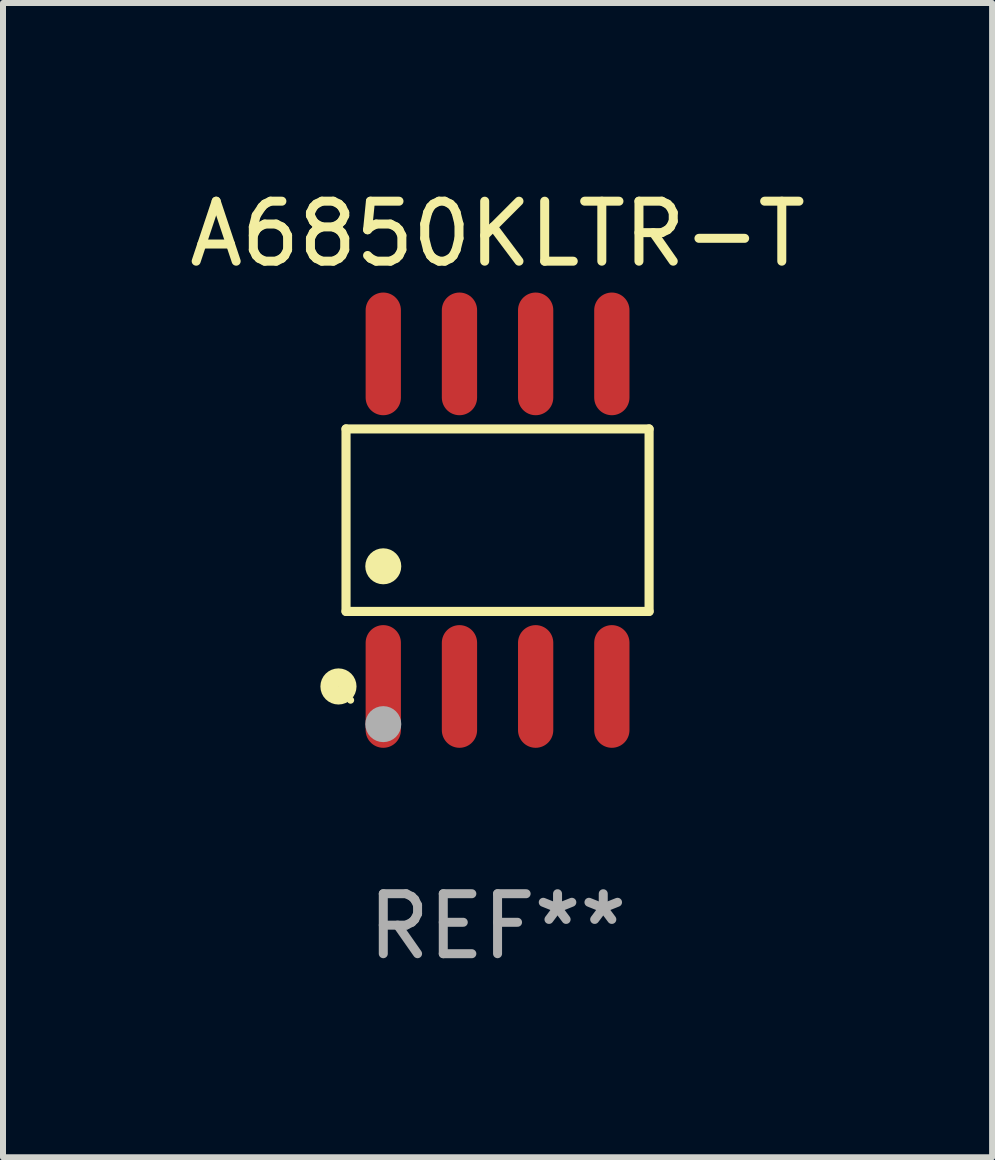
<source format=kicad_pcb>
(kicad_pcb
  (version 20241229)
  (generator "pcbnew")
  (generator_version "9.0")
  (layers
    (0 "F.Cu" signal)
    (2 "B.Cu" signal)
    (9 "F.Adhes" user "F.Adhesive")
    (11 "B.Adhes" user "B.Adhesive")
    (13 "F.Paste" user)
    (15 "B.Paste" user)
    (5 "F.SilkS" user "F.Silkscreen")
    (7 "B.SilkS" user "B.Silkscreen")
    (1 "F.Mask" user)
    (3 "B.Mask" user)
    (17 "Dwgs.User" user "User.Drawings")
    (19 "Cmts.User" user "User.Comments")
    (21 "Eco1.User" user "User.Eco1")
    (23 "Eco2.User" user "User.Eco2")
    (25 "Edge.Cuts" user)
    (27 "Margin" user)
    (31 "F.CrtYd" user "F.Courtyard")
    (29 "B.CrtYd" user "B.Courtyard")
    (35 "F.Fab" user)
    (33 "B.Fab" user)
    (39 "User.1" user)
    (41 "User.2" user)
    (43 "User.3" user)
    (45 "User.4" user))
  (footprint "A6850KLTR-T"
    (layer "F.Cu")
    (at 5.244 5.621)
    (property "Reference" "A6850KLTR-T" (at 0 -4.772 0) (layer "F.SilkS") (effects (font (size 1 1) (thickness 0.15))))
    (attr through_hole)
    (fp_line (start -2.526 -1.521) (end 2.526 -1.521) (stroke (width 0.152) (type solid)) (layer "F.SilkS"))
    (fp_line (start -2.526 1.521) (end -2.526 -1.521) (stroke (width 0.152) (type solid)) (layer "F.SilkS"))
    (fp_line (start 2.526 -1.521) (end 2.526 1.521) (stroke (width 0.152) (type solid)) (layer "F.SilkS"))
    (fp_line (start 2.526 1.521) (end -2.526 1.521) (stroke (width 0.152) (type solid)) (layer "F.SilkS"))
    (fp_circle (center -2.652 2.772) (end -2.501 2.772) (stroke (width 0.3) (type solid)) (fill no) (layer "F.SilkS"))
    (fp_circle (center -2.45 3) (end -2.42 3) (stroke (width 0.06) (type solid)) (fill no) (layer "F.SilkS"))
    (fp_circle (center -1.905 0.769) (end -1.755 0.769) (stroke (width 0.3) (type solid)) (fill no) (layer "F.SilkS"))
    (fp_circle (center -1.905 3.4) (end -1.755 3.4) (stroke (width 0.3) (type solid)) (fill no) (layer "F.Fab"))
    (fp_text user "REF**" (at 0 6.772 0) (layer "F.Fab") (effects (font (size 1 1) (thickness 0.15))))
    (pad "1" smd oval (at -1.905 2.772) (size 0.588 2.045) (layers "F.Cu" "F.Mask" "F.Paste"))
    (pad "2" smd oval (at -0.635 2.772) (size 0.588 2.045) (layers "F.Cu" "F.Mask" "F.Paste"))
    (pad "3" smd oval (at 0.635 2.772) (size 0.588 2.045) (layers "F.Cu" "F.Mask" "F.Paste"))
    (pad "4" smd oval (at 1.905 2.772) (size 0.588 2.045) (layers "F.Cu" "F.Mask" "F.Paste"))
    (pad "5" smd oval (at 1.905 -2.772) (size 0.588 2.045) (layers "F.Cu" "F.Mask" "F.Paste"))
    (pad "6" smd oval (at 0.635 -2.772) (size 0.588 2.045) (layers "F.Cu" "F.Mask" "F.Paste"))
    (pad "7" smd oval (at -0.635 -2.772) (size 0.588 2.045) (layers "F.Cu" "F.Mask" "F.Paste"))
    (pad "8" smd oval (at -1.905 -2.772) (size 0.588 2.045) (layers "F.Cu" "F.Mask" "F.Paste")))
  (gr_rect
    (start -3 -3)
    (end 13.488 16.241)
    (stroke (width 0.1) (type default))
    (fill no)
    (layer "Edge.Cuts")))
</source>
